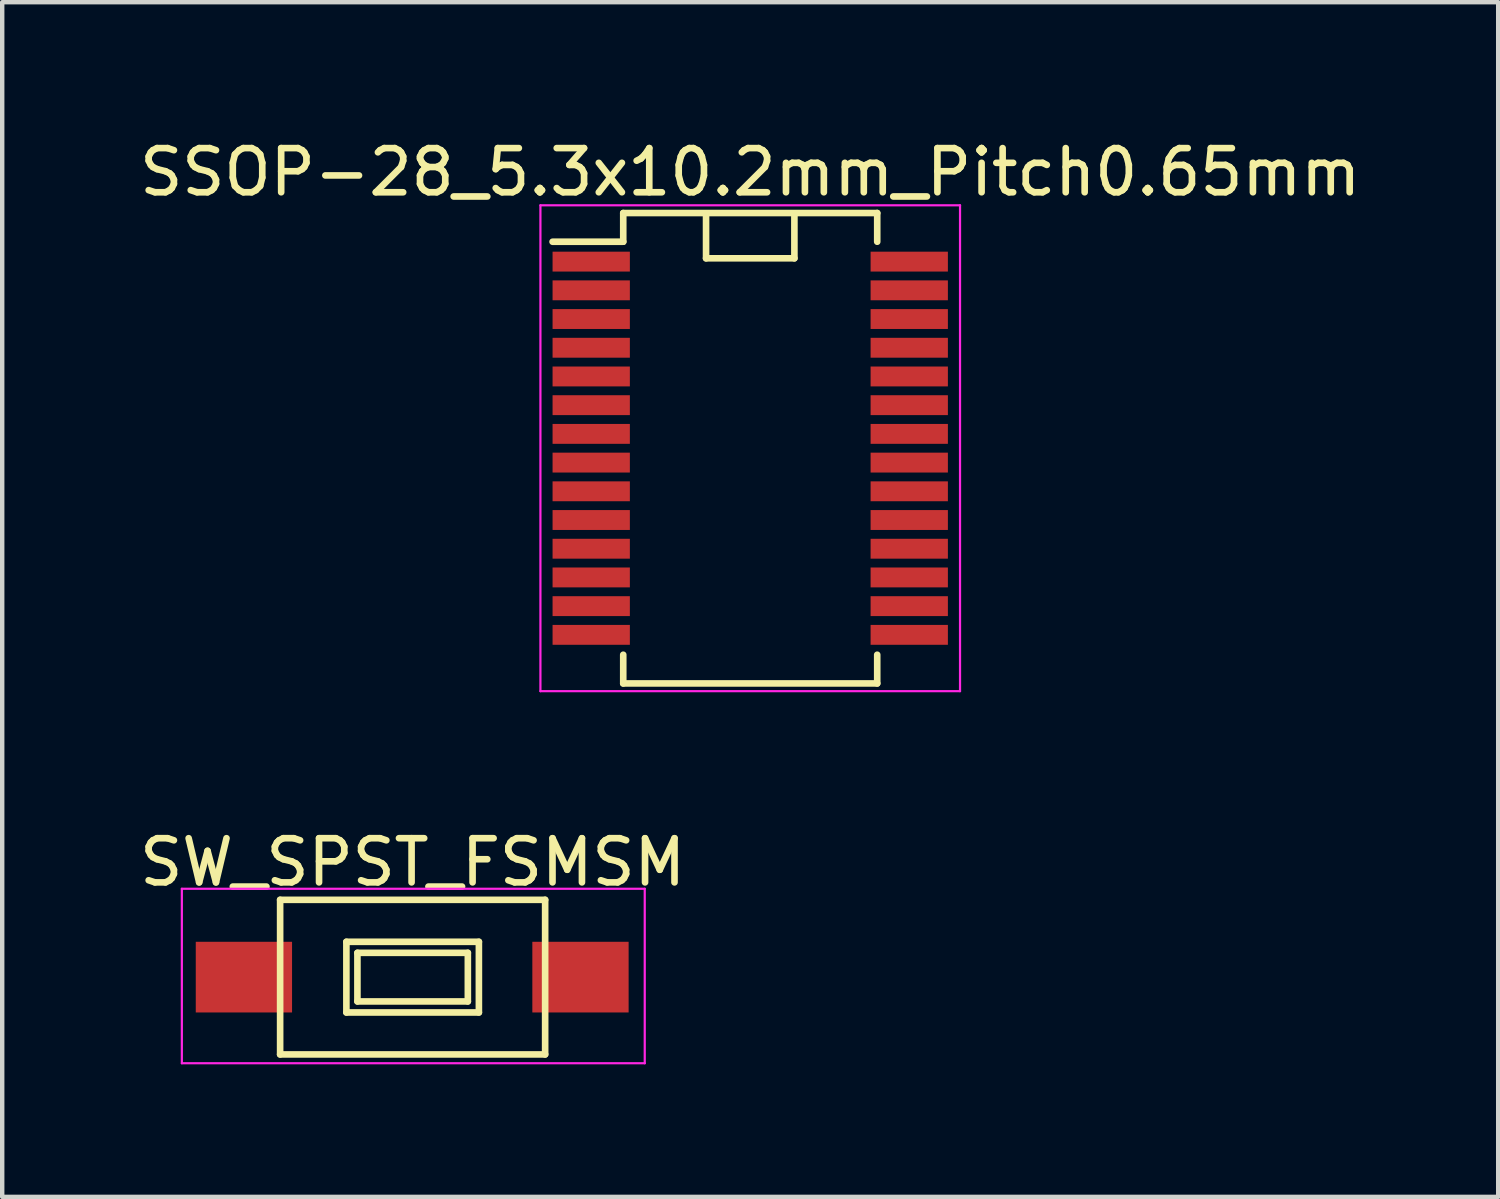
<source format=kicad_pcb>
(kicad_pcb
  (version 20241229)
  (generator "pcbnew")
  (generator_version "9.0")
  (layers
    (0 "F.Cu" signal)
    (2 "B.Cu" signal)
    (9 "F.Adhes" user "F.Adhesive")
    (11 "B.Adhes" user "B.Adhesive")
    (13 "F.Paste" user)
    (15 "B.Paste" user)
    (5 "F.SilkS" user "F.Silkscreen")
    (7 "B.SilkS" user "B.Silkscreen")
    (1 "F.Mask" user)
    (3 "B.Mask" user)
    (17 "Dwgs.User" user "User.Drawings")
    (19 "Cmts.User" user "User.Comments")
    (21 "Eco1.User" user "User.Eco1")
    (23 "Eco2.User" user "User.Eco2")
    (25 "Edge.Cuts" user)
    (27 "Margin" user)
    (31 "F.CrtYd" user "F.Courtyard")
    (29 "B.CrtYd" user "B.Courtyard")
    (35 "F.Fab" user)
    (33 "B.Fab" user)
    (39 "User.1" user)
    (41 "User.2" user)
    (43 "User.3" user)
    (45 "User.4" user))
  (footprint "SW_SPST_FSMSM"
    (layer "F.Cu")
    (at 6.282 19.072)
    (property "Reference" "SW_SPST_FSMSM" (at 0.01 -2.6 0) (layer "F.SilkS") (effects (font (size 1 1) (thickness 0.15))))
    (attr smd)
    (fp_line (start -2.99 -1.75) (end -2.99 1.75) (stroke (width 0.15) (type solid)) (layer "F.SilkS"))
    (fp_line (start -2.99 -1.75) (end 3.01 -1.75) (stroke (width 0.15) (type solid)) (layer "F.SilkS"))
    (fp_line (start -2.99 1.75) (end 3.01 1.75) (stroke (width 0.15) (type solid)) (layer "F.SilkS"))
    (fp_line (start -1.49 -0.8) (end -1.49 0.8) (stroke (width 0.15) (type solid)) (layer "F.SilkS"))
    (fp_line (start -1.49 -0.8) (end 1.51 -0.8) (stroke (width 0.15) (type solid)) (layer "F.SilkS"))
    (fp_line (start -1.49 0.8) (end 1.51 0.8) (stroke (width 0.15) (type solid)) (layer "F.SilkS"))
    (fp_line (start -1.24 -0.55) (end 1.26 -0.55) (stroke (width 0.15) (type solid)) (layer "F.SilkS"))
    (fp_line (start -1.24 0.55) (end -1.24 -0.55) (stroke (width 0.15) (type solid)) (layer "F.SilkS"))
    (fp_line (start 1.26 -0.55) (end 1.26 0.55) (stroke (width 0.15) (type solid)) (layer "F.SilkS"))
    (fp_line (start 1.26 0.55) (end -1.24 0.55) (stroke (width 0.15) (type solid)) (layer "F.SilkS"))
    (fp_line (start 1.51 -0.8) (end 1.51 0.8) (stroke (width 0.15) (type solid)) (layer "F.SilkS"))
    (fp_line (start 3.01 -1.75) (end 3.01 1.75) (stroke (width 0.15) (type solid)) (layer "F.SilkS"))
    (fp_line (start -5.215 -2) (end -5.215 1.95) (stroke (width 0.05) (type solid)) (layer "F.CrtYd"))
    (fp_line (start -5.215 -2) (end 5.265 -2) (stroke (width 0.05) (type solid)) (layer "F.CrtYd"))
    (fp_line (start -5.215 1.95) (end 5.265 1.95) (stroke (width 0.05) (type solid)) (layer "F.CrtYd"))
    (fp_line (start 5.265 -2) (end 5.265 1.95) (stroke (width 0.05) (type solid)) (layer "F.CrtYd"))
    (pad "1" smd rect (at -3.81 0) (size 2.18 1.6) (layers "F.Cu" "F.Mask" "F.Paste"))
    (pad "2" smd rect (at 3.81 0) (size 2.18 1.6) (layers "F.Cu" "F.Mask" "F.Paste")))
  (footprint "SSOP-28_5.3x10.2mm_Pitch0.65mm"
    (layer "F.Cu")
    (at 13.935 7.098)
    (property "Reference" "SSOP-28_5.3x10.2mm_Pitch0.65mm" (at 0 -6.25 0) (layer "F.SilkS") (effects (font (size 1 1) (thickness 0.15))))
    (attr smd)
    (fp_line (start -2.875 -5.325) (end -2.875 -4.675) (stroke (width 0.15) (type solid)) (layer "F.SilkS"))
    (fp_line (start -2.875 -5.325) (end 2.875 -5.325) (stroke (width 0.15) (type solid)) (layer "F.SilkS"))
    (fp_line (start -2.875 -4.675) (end -4.475 -4.675) (stroke (width 0.15) (type solid)) (layer "F.SilkS"))
    (fp_line (start -2.875 5.325) (end -2.875 4.675) (stroke (width 0.15) (type solid)) (layer "F.SilkS"))
    (fp_line (start -2.875 5.325) (end 2.875 5.325) (stroke (width 0.15) (type solid)) (layer "F.SilkS"))
    (fp_line (start -1 -5.3) (end -1 -4.3) (stroke (width 0.15) (type solid)) (layer "F.SilkS"))
    (fp_line (start -1 -4.3) (end 1 -4.3) (stroke (width 0.15) (type solid)) (layer "F.SilkS"))
    (fp_line (start 1 -4.3) (end 1 -5.3) (stroke (width 0.15) (type solid)) (layer "F.SilkS"))
    (fp_line (start 2.875 -5.325) (end 2.875 -4.675) (stroke (width 0.15) (type solid)) (layer "F.SilkS"))
    (fp_line (start 2.875 5.325) (end 2.875 4.675) (stroke (width 0.15) (type solid)) (layer "F.SilkS"))
    (fp_line (start -4.75 -5.5) (end -4.75 5.5) (stroke (width 0.05) (type solid)) (layer "F.CrtYd"))
    (fp_line (start -4.75 -5.5) (end 4.75 -5.5) (stroke (width 0.05) (type solid)) (layer "F.CrtYd"))
    (fp_line (start -4.75 5.5) (end 4.75 5.5) (stroke (width 0.05) (type solid)) (layer "F.CrtYd"))
    (fp_line (start 4.75 -5.5) (end 4.75 5.5) (stroke (width 0.05) (type solid)) (layer "F.CrtYd"))
    (pad "1" smd rect (at -3.6 -4.225) (size 1.75 0.45) (layers "F.Cu" "F.Mask" "F.Paste"))
    (pad "2" smd rect (at -3.6 -3.575) (size 1.75 0.45) (layers "F.Cu" "F.Mask" "F.Paste"))
    (pad "3" smd rect (at -3.6 -2.925) (size 1.75 0.45) (layers "F.Cu" "F.Mask" "F.Paste"))
    (pad "4" smd rect (at -3.6 -2.275) (size 1.75 0.45) (layers "F.Cu" "F.Mask" "F.Paste"))
    (pad "5" smd rect (at -3.6 -1.625) (size 1.75 0.45) (layers "F.Cu" "F.Mask" "F.Paste"))
    (pad "6" smd rect (at -3.6 -0.975) (size 1.75 0.45) (layers "F.Cu" "F.Mask" "F.Paste"))
    (pad "7" smd rect (at -3.6 -0.325) (size 1.75 0.45) (layers "F.Cu" "F.Mask" "F.Paste"))
    (pad "8" smd rect (at -3.6 0.325) (size 1.75 0.45) (layers "F.Cu" "F.Mask" "F.Paste"))
    (pad "9" smd rect (at -3.6 0.975) (size 1.75 0.45) (layers "F.Cu" "F.Mask" "F.Paste"))
    (pad "10" smd rect (at -3.6 1.625) (size 1.75 0.45) (layers "F.Cu" "F.Mask" "F.Paste"))
    (pad "11" smd rect (at -3.6 2.275) (size 1.75 0.45) (layers "F.Cu" "F.Mask" "F.Paste"))
    (pad "12" smd rect (at -3.6 2.925) (size 1.75 0.45) (layers "F.Cu" "F.Mask" "F.Paste"))
    (pad "13" smd rect (at -3.6 3.575) (size 1.75 0.45) (layers "F.Cu" "F.Mask" "F.Paste"))
    (pad "14" smd rect (at -3.6 4.225) (size 1.75 0.45) (layers "F.Cu" "F.Mask" "F.Paste"))
    (pad "15" smd rect (at 3.6 4.225) (size 1.75 0.45) (layers "F.Cu" "F.Mask" "F.Paste"))
    (pad "16" smd rect (at 3.6 3.575) (size 1.75 0.45) (layers "F.Cu" "F.Mask" "F.Paste"))
    (pad "17" smd rect (at 3.6 2.925) (size 1.75 0.45) (layers "F.Cu" "F.Mask" "F.Paste"))
    (pad "18" smd rect (at 3.6 2.275) (size 1.75 0.45) (layers "F.Cu" "F.Mask" "F.Paste"))
    (pad "19" smd rect (at 3.6 1.625) (size 1.75 0.45) (layers "F.Cu" "F.Mask" "F.Paste"))
    (pad "20" smd rect (at 3.6 0.975) (size 1.75 0.45) (layers "F.Cu" "F.Mask" "F.Paste"))
    (pad "21" smd rect (at 3.6 0.325) (size 1.75 0.45) (layers "F.Cu" "F.Mask" "F.Paste"))
    (pad "22" smd rect (at 3.6 -0.325) (size 1.75 0.45) (layers "F.Cu" "F.Mask" "F.Paste"))
    (pad "23" smd rect (at 3.6 -0.975) (size 1.75 0.45) (layers "F.Cu" "F.Mask" "F.Paste"))
    (pad "24" smd rect (at 3.6 -1.625) (size 1.75 0.45) (layers "F.Cu" "F.Mask" "F.Paste"))
    (pad "25" smd rect (at 3.6 -2.275) (size 1.75 0.45) (layers "F.Cu" "F.Mask" "F.Paste"))
    (pad "26" smd rect (at 3.6 -2.925) (size 1.75 0.45) (layers "F.Cu" "F.Mask" "F.Paste"))
    (pad "27" smd rect (at 3.6 -3.575) (size 1.75 0.45) (layers "F.Cu" "F.Mask" "F.Paste"))
    (pad "28" smd rect (at 3.6 -4.225) (size 1.75 0.45) (layers "F.Cu" "F.Mask" "F.Paste")))
  (gr_rect
    (start -3 -3)
    (end 30.869 24.047)
    (stroke (width 0.1) (type default))
    (fill no)
    (layer "Edge.Cuts")))
</source>
